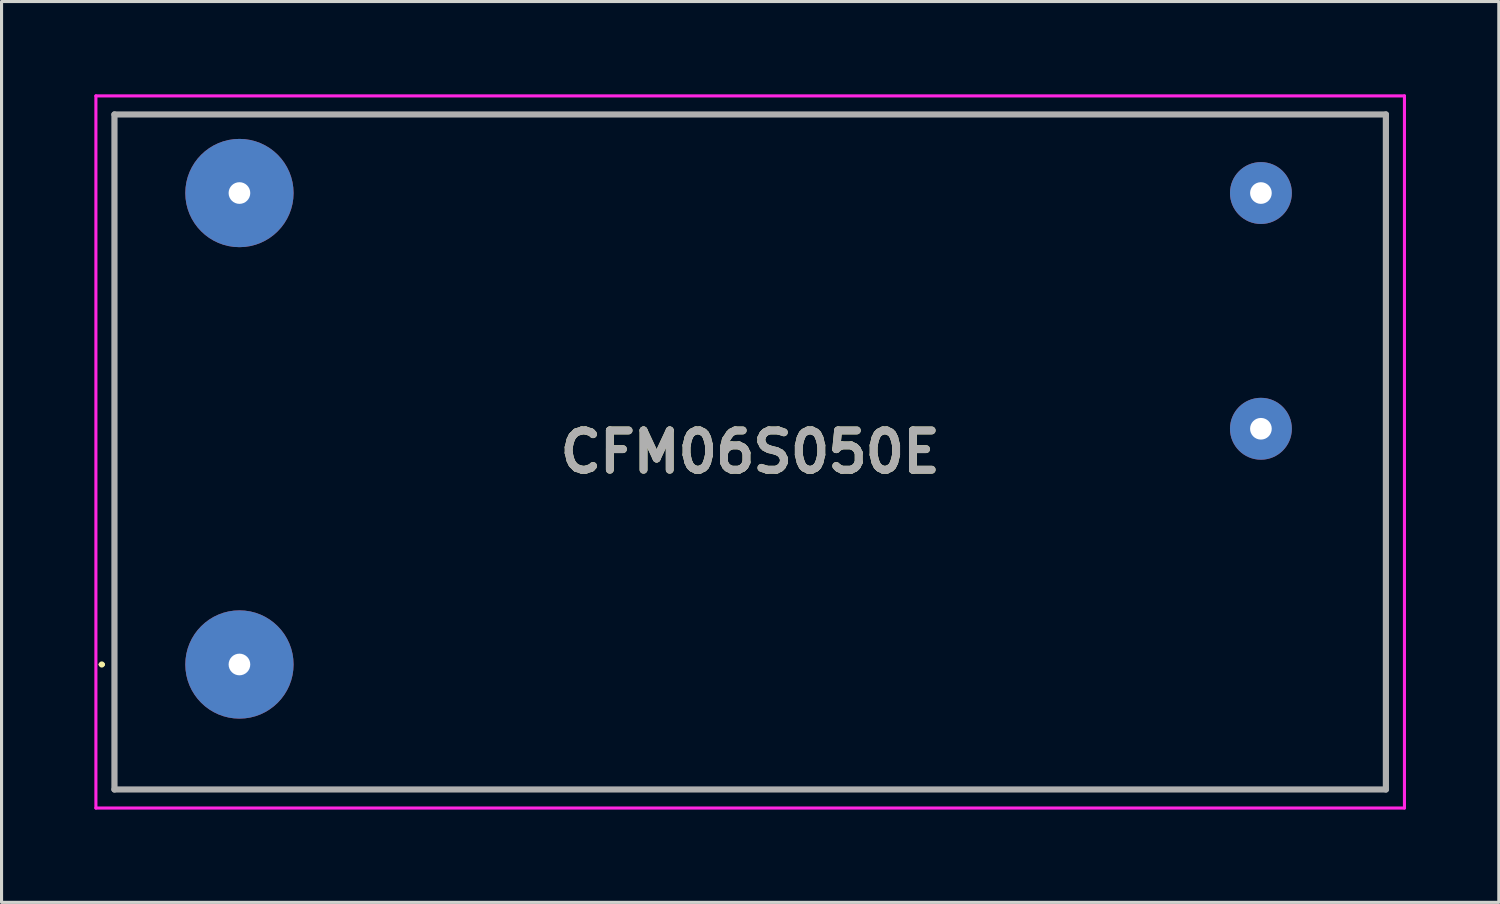
<source format=kicad_pcb>
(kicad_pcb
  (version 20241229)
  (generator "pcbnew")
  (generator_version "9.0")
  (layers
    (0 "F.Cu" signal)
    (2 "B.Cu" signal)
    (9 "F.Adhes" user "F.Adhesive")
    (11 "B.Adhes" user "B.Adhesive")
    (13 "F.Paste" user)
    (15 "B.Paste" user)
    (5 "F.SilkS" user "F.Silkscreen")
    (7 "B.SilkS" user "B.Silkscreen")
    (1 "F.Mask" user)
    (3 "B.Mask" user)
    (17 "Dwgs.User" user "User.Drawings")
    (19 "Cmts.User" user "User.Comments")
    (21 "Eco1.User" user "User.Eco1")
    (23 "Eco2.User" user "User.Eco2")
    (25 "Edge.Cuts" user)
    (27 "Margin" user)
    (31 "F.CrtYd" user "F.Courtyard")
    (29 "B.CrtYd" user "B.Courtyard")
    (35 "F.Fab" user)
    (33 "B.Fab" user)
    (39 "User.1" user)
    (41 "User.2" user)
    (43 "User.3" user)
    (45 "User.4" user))
  (footprint "CFM06S050E"
    (layer "F.Cu")
    (at 4.69 18.43)
    (property "Reference" "CFM06S050E" (at 16.51 -6.87 0) (layer "F.SilkS") (effects (font (size 1.27 1.27) (thickness 0.254))))
    (attr through_hole)
    (fp_line (start -4.5 0) (end -4.5 0) (stroke (width 0.1) (type solid)) (layer "F.SilkS"))
    (fp_line (start -4.4 0) (end -4.4 0) (stroke (width 0.1) (type solid)) (layer "F.SilkS"))
    (fp_line (start -4.04 -17.78) (end -4.04 4.04) (stroke (width 0.1) (type solid)) (layer "F.SilkS"))
    (fp_line (start -4.04 4.04) (end 37.06 4.04) (stroke (width 0.1) (type solid)) (layer "F.SilkS"))
    (fp_line (start 37.06 -17.78) (end -4.04 -17.78) (stroke (width 0.1) (type solid)) (layer "F.SilkS"))
    (fp_line (start 37.06 4.04) (end 37.06 -17.78) (stroke (width 0.1) (type solid)) (layer "F.SilkS"))
    (fp_arc (start -4.5 0) (mid -4.45 -0.05) (end -4.4 0) (stroke (width 0.1) (type solid)) (layer "F.SilkS"))
    (fp_arc (start -4.4 0) (mid -4.45 0.05) (end -4.5 0) (stroke (width 0.1) (type solid)) (layer "F.SilkS"))
    (fp_line (start -4.64 -18.38) (end -4.64 4.64) (stroke (width 0.1) (type solid)) (layer "F.CrtYd"))
    (fp_line (start -4.64 4.64) (end 37.66 4.64) (stroke (width 0.1) (type solid)) (layer "F.CrtYd"))
    (fp_line (start 37.66 -18.38) (end -4.64 -18.38) (stroke (width 0.1) (type solid)) (layer "F.CrtYd"))
    (fp_line (start 37.66 4.64) (end 37.66 -18.38) (stroke (width 0.1) (type solid)) (layer "F.CrtYd"))
    (fp_line (start -4.04 -17.78) (end -4.04 4.04) (stroke (width 0.2) (type solid)) (layer "F.Fab"))
    (fp_line (start -4.04 4.04) (end 37.06 4.04) (stroke (width 0.2) (type solid)) (layer "F.Fab"))
    (fp_line (start 37.06 -17.78) (end -4.04 -17.78) (stroke (width 0.2) (type solid)) (layer "F.Fab"))
    (fp_line (start 37.06 4.04) (end 37.06 -17.78) (stroke (width 0.2) (type solid)) (layer "F.Fab"))
    (fp_text user "${REFERENCE}" (at 16.51 -6.87 0) (layer "F.Fab") (effects (font (size 1.27 1.27) (thickness 0.254))))
    (pad "1" thru_hole circle (at 0 0) (size 3.5 3.5) (drill 0.7) (layers "*.Cu" "*.Mask"))
    (pad "2" thru_hole circle (at 0 -15.24) (size 3.5 3.5) (drill 0.7) (layers "*.Cu" "*.Mask"))
    (pad "3" thru_hole circle (at 33.02 -15.24) (size 2 2) (drill 0.7) (layers "*.Cu" "*.Mask"))
    (pad "4" thru_hole circle (at 33.02 -7.62) (size 2 2) (drill 0.7) (layers "*.Cu" "*.Mask")))
  (gr_rect
    (start -3 -3)
    (end 45.4 26.12)
    (stroke (width 0.1) (type default))
    (fill no)
    (layer "Edge.Cuts")))
</source>
